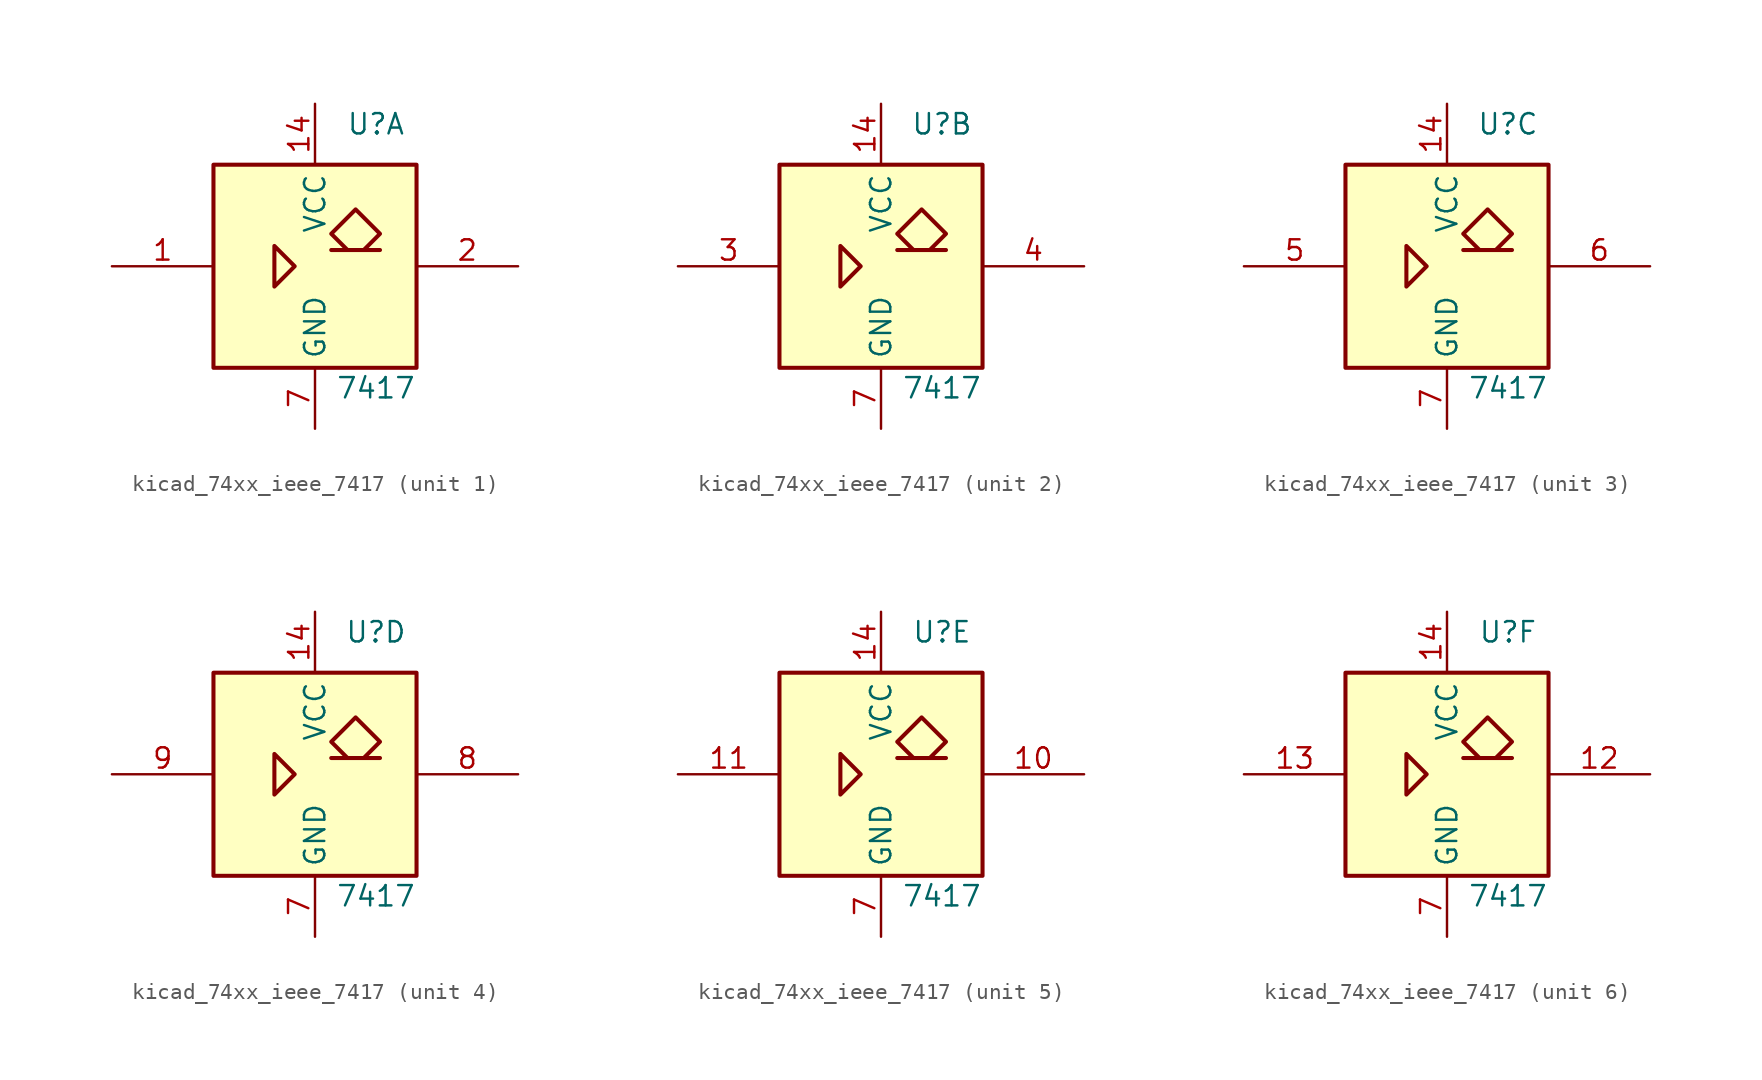
<source format=kicad_sym>
(kicad_symbol_lib
  (version 20220914)
  (generator kicad_symbol_editor)
  (symbol "kicad_74xx_ieee_7417"
    (property "Reference" "U"
      (at 3.81 8.89 0)
      (effects (font (size 1.27 1.27))))
    (property "Value" "7417"
      (at 3.81 -7.62 0)
      (effects (font (size 1.27 1.27))))
    (symbol "kicad_74xx_ieee_7417_0_1"
      (rectangle (start -6.35 6.35) (end 6.35 -6.35) (stroke (width 0.254) (type default)) (fill (type background)))
      (polyline (pts (xy -2.54 1.27) (xy -2.54 -1.27) (xy -1.27 0) (xy -2.54 1.27) (xy -2.54 1.27)) (stroke (width 0.254) (type default)) (fill (type background)))
      (polyline (pts (xy 3.048 1.016) (xy 4.064 2.032) (xy 2.54 3.556) (xy 1.016 2.032) (xy 2.032 1.016) (xy 1.016 1.016) (xy 4.064 1.016) (xy 4.064 1.016)) (stroke (width 0.254) (type default)) (fill (type background)))
      (pin power_in line (at 0 10.16 270) (length 3.81) (name "VCC" (effects (font (size 1.27 1.27)))) (number "14" (effects (font (size 1.27 1.27)))))
      (pin power_in line (at 0 -10.16 90) (length 3.81) (name "GND" (effects (font (size 1.27 1.27)))) (number "7" (effects (font (size 1.27 1.27))))))
    (symbol "kicad_74xx_ieee_7417_1_1"
      (pin input line (at -12.7 0 0) (length 6.35) (name "~" (effects (font (size 1.27 1.27)))) (number "1" (effects (font (size 1.27 1.27)))))
      (pin open_collector line (at 12.7 0 180) (length 6.35) (name "~" (effects (font (size 1.27 1.27)))) (number "2" (effects (font (size 1.27 1.27))))))
    (symbol "kicad_74xx_ieee_7417_2_1"
      (pin input line (at -12.7 0 0) (length 6.35) (name "~" (effects (font (size 1.27 1.27)))) (number "3" (effects (font (size 1.27 1.27)))))
      (pin open_collector line (at 12.7 0 180) (length 6.35) (name "~" (effects (font (size 1.27 1.27)))) (number "4" (effects (font (size 1.27 1.27))))))
    (symbol "kicad_74xx_ieee_7417_3_1"
      (pin input line (at -12.7 0 0) (length 6.35) (name "~" (effects (font (size 1.27 1.27)))) (number "5" (effects (font (size 1.27 1.27)))))
      (pin open_collector line (at 12.7 0 180) (length 6.35) (name "~" (effects (font (size 1.27 1.27)))) (number "6" (effects (font (size 1.27 1.27))))))
    (symbol "kicad_74xx_ieee_7417_4_1"
      (pin open_collector line (at 12.7 0 180) (length 6.35) (name "~" (effects (font (size 1.27 1.27)))) (number "8" (effects (font (size 1.27 1.27)))))
      (pin input line (at -12.7 0 0) (length 6.35) (name "~" (effects (font (size 1.27 1.27)))) (number "9" (effects (font (size 1.27 1.27))))))
    (symbol "kicad_74xx_ieee_7417_5_1"
      (pin open_collector line (at 12.7 0 180) (length 6.35) (name "~" (effects (font (size 1.27 1.27)))) (number "10" (effects (font (size 1.27 1.27)))))
      (pin input line (at -12.7 0 0) (length 6.35) (name "~" (effects (font (size 1.27 1.27)))) (number "11" (effects (font (size 1.27 1.27))))))
    (symbol "kicad_74xx_ieee_7417_6_1"
      (pin open_collector line (at 12.7 0 180) (length 6.35) (name "~" (effects (font (size 1.27 1.27)))) (number "12" (effects (font (size 1.27 1.27)))))
      (pin input line (at -12.7 0 0) (length 6.35) (name "~" (effects (font (size 1.27 1.27)))) (number "13" (effects (font (size 1.27 1.27))))))))
</source>
